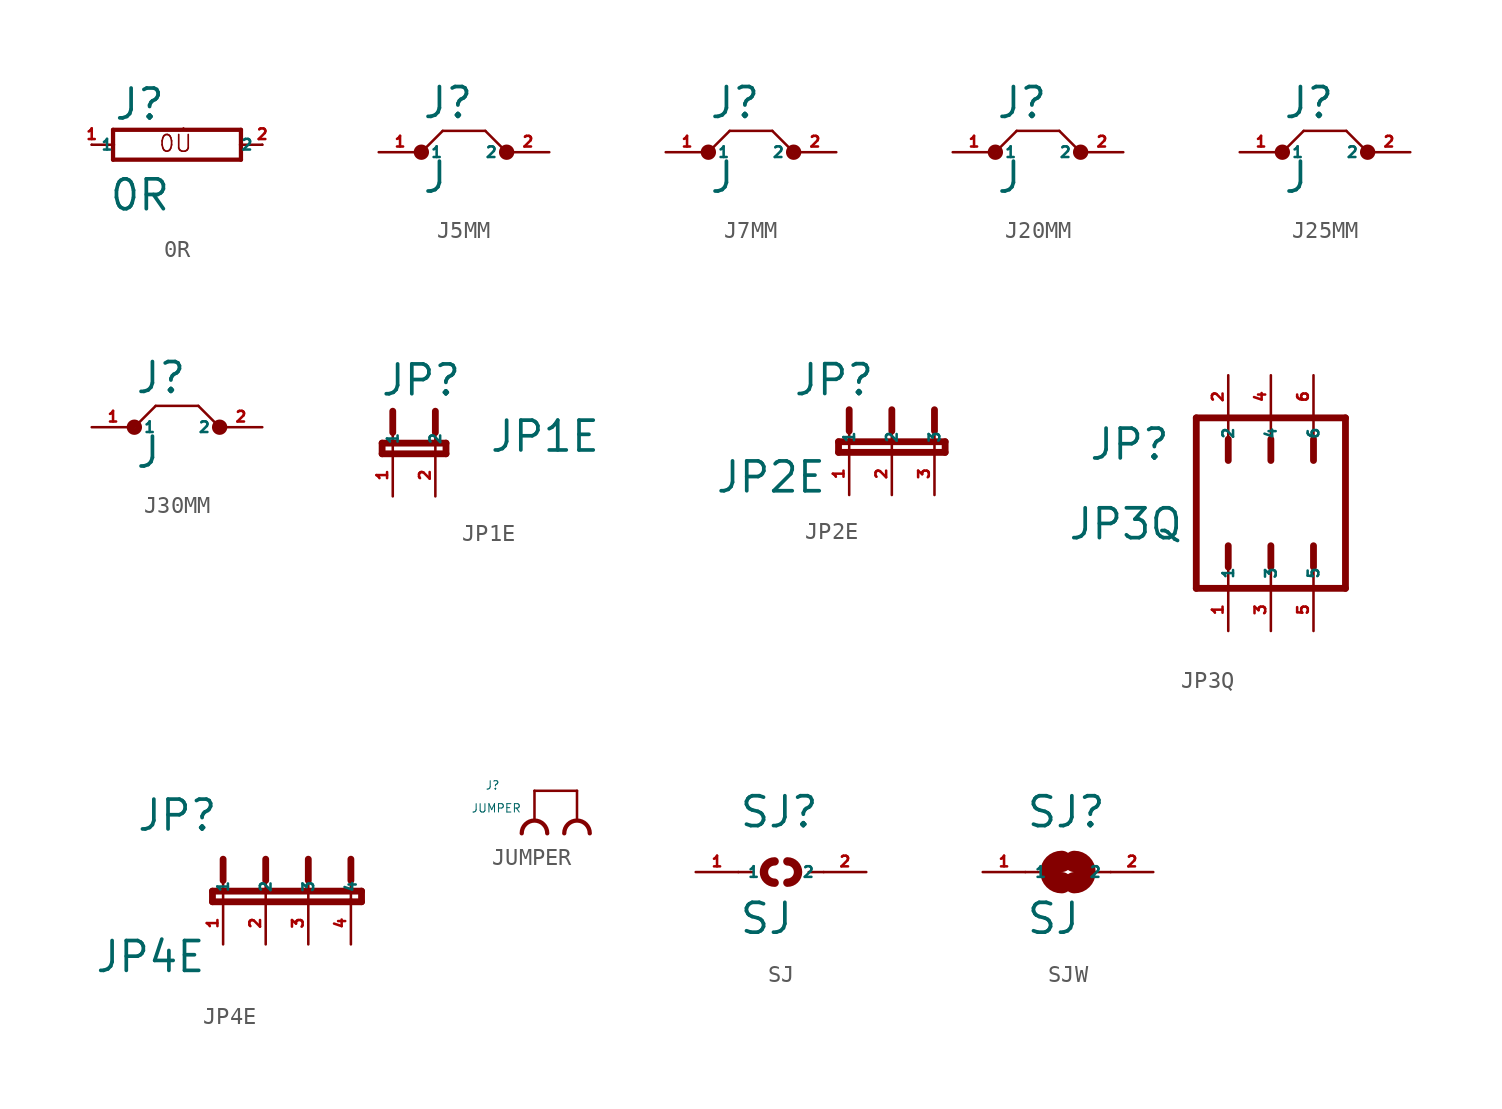
<source format=kicad_sym>
(kicad_symbol_lib
  (version 20220914)
  (generator kicad_symbol_editor)
  (symbol "0R"
    (property "Reference" "J"
      (at -3.81 1.372 0)
      (effects (font (size 1.778 1.778) (thickness 0.22)) (justify left bottom)))
    (property "Value" "0R"
      (at -4.089 -4.039 0)
      (effects (font (size 1.778 1.778) (thickness 0.22)) (justify left bottom)))
    (symbol "0R_1_1"
      (polyline (pts (xy -5.08 0) (xy -3.81 0)) (stroke (width 0.152) (type default)) (fill (type none)))
      (polyline (pts (xy -3.81 -0.889) (xy -3.81 0)) (stroke (width 0.254) (type default)) (fill (type none)))
      (polyline (pts (xy -3.81 -0.889) (xy 3.81 -0.889)) (stroke (width 0.254) (type default)) (fill (type none)))
      (polyline (pts (xy -3.81 0) (xy -3.81 0.889)) (stroke (width 0.254) (type default)) (fill (type none)))
      (polyline (pts (xy 3.81 -0.889) (xy 3.81 0)) (stroke (width 0.254) (type default)) (fill (type none)))
      (polyline (pts (xy 3.81 0) (xy 3.81 0.889)) (stroke (width 0.254) (type default)) (fill (type none)))
      (polyline (pts (xy 3.81 0) (xy 5.08 0)) (stroke (width 0.152) (type default)) (fill (type none)))
      (polyline (pts (xy 3.81 0.889) (xy -3.81 0.889)) (stroke (width 0.254) (type default)) (fill (type none)))
      (text "0Û" (at -1.143 -0.508 0) (effects (font (size 0.991 0.991) (thickness 0.1)) (justify left bottom)))
      (pin passive line (at -5.08 0 0) (length 0) (name "1" (effects (font (size 0.635 0.635)))) (number "1" (effects (font (size 0.635 0.635)))))
      (pin passive line (at 5.08 0 180) (length 0) (name "2" (effects (font (size 0.635 0.635)))) (number "2" (effects (font (size 0.635 0.635)))))))
  (symbol "J5MM"
    (property "Reference" "J"
      (at -2.54 1.905 0)
      (effects (font (size 1.778 1.778) (thickness 0.22)) (justify left bottom)))
    (property "Value" "J"
      (at -2.54 -2.54 0)
      (effects (font (size 1.778 1.778) (thickness 0.22)) (justify left bottom)))
    (symbol "J5MM_1_1"
      (circle (center -2.54 0) (radius 0.254) (stroke (width 0.406) (type default)) (fill (type none)))
      (polyline (pts (xy -2.54 0) (xy -1.27 1.27)) (stroke (width 0.152) (type default)) (fill (type none)))
      (polyline (pts (xy -1.27 1.27) (xy 1.27 1.27)) (stroke (width 0.152) (type default)) (fill (type none)))
      (polyline (pts (xy 2.54 0) (xy 1.27 1.27)) (stroke (width 0.152) (type default)) (fill (type none)))
      (circle (center 2.54 0) (radius 0.254) (stroke (width 0.406) (type default)) (fill (type none)))
      (pin passive line (at -5.08 0 0) (length 2.54) (name "1" (effects (font (size 0.635 0.635)))) (number "1" (effects (font (size 0.635 0.635)))))
      (pin passive line (at 5.08 0 180) (length 2.54) (name "2" (effects (font (size 0.635 0.635)))) (number "2" (effects (font (size 0.635 0.635)))))))
  (symbol "J7MM"
    (property "Reference" "J"
      (at -2.54 1.905 0)
      (effects (font (size 1.778 1.778) (thickness 0.22)) (justify left bottom)))
    (property "Value" "J"
      (at -2.54 -2.54 0)
      (effects (font (size 1.778 1.778) (thickness 0.22)) (justify left bottom)))
    (symbol "J7MM_1_1"
      (circle (center -2.54 0) (radius 0.254) (stroke (width 0.406) (type default)) (fill (type none)))
      (polyline (pts (xy -2.54 0) (xy -1.27 1.27)) (stroke (width 0.152) (type default)) (fill (type none)))
      (polyline (pts (xy -1.27 1.27) (xy 1.27 1.27)) (stroke (width 0.152) (type default)) (fill (type none)))
      (polyline (pts (xy 2.54 0) (xy 1.27 1.27)) (stroke (width 0.152) (type default)) (fill (type none)))
      (circle (center 2.54 0) (radius 0.254) (stroke (width 0.406) (type default)) (fill (type none)))
      (pin passive line (at -5.08 0 0) (length 2.54) (name "1" (effects (font (size 0.635 0.635)))) (number "1" (effects (font (size 0.635 0.635)))))
      (pin passive line (at 5.08 0 180) (length 2.54) (name "2" (effects (font (size 0.635 0.635)))) (number "2" (effects (font (size 0.635 0.635)))))))
  (symbol "J20MM"
    (property "Reference" "J"
      (at -2.54 1.905 0)
      (effects (font (size 1.778 1.778) (thickness 0.22)) (justify left bottom)))
    (property "Value" "J"
      (at -2.54 -2.54 0)
      (effects (font (size 1.778 1.778) (thickness 0.22)) (justify left bottom)))
    (symbol "J20MM_1_1"
      (circle (center -2.54 0) (radius 0.254) (stroke (width 0.406) (type default)) (fill (type none)))
      (polyline (pts (xy -2.54 0) (xy -1.27 1.27)) (stroke (width 0.152) (type default)) (fill (type none)))
      (polyline (pts (xy -1.27 1.27) (xy 1.27 1.27)) (stroke (width 0.152) (type default)) (fill (type none)))
      (polyline (pts (xy 2.54 0) (xy 1.27 1.27)) (stroke (width 0.152) (type default)) (fill (type none)))
      (circle (center 2.54 0) (radius 0.254) (stroke (width 0.406) (type default)) (fill (type none)))
      (pin passive line (at -5.08 0 0) (length 2.54) (name "1" (effects (font (size 0.635 0.635)))) (number "1" (effects (font (size 0.635 0.635)))))
      (pin passive line (at 5.08 0 180) (length 2.54) (name "2" (effects (font (size 0.635 0.635)))) (number "2" (effects (font (size 0.635 0.635)))))))
  (symbol "J25MM"
    (property "Reference" "J"
      (at -2.54 1.905 0)
      (effects (font (size 1.778 1.778) (thickness 0.22)) (justify left bottom)))
    (property "Value" "J"
      (at -2.54 -2.54 0)
      (effects (font (size 1.778 1.778) (thickness 0.22)) (justify left bottom)))
    (symbol "J25MM_1_1"
      (circle (center -2.54 0) (radius 0.254) (stroke (width 0.406) (type default)) (fill (type none)))
      (polyline (pts (xy -2.54 0) (xy -1.27 1.27)) (stroke (width 0.152) (type default)) (fill (type none)))
      (polyline (pts (xy -1.27 1.27) (xy 1.27 1.27)) (stroke (width 0.152) (type default)) (fill (type none)))
      (polyline (pts (xy 2.54 0) (xy 1.27 1.27)) (stroke (width 0.152) (type default)) (fill (type none)))
      (circle (center 2.54 0) (radius 0.254) (stroke (width 0.406) (type default)) (fill (type none)))
      (pin passive line (at -5.08 0 0) (length 2.54) (name "1" (effects (font (size 0.635 0.635)))) (number "1" (effects (font (size 0.635 0.635)))))
      (pin passive line (at 5.08 0 180) (length 2.54) (name "2" (effects (font (size 0.635 0.635)))) (number "2" (effects (font (size 0.635 0.635)))))))
  (symbol "J30MM"
    (property "Reference" "J"
      (at -2.54 1.905 0)
      (effects (font (size 1.778 1.778) (thickness 0.22)) (justify left bottom)))
    (property "Value" "J"
      (at -2.54 -2.54 0)
      (effects (font (size 1.778 1.778) (thickness 0.22)) (justify left bottom)))
    (symbol "J30MM_1_1"
      (circle (center -2.54 0) (radius 0.254) (stroke (width 0.406) (type default)) (fill (type none)))
      (polyline (pts (xy -2.54 0) (xy -1.27 1.27)) (stroke (width 0.152) (type default)) (fill (type none)))
      (polyline (pts (xy -1.27 1.27) (xy 1.27 1.27)) (stroke (width 0.152) (type default)) (fill (type none)))
      (polyline (pts (xy 2.54 0) (xy 1.27 1.27)) (stroke (width 0.152) (type default)) (fill (type none)))
      (circle (center 2.54 0) (radius 0.254) (stroke (width 0.406) (type default)) (fill (type none)))
      (pin passive line (at -5.08 0 0) (length 2.54) (name "1" (effects (font (size 0.635 0.635)))) (number "1" (effects (font (size 0.635 0.635)))))
      (pin passive line (at 5.08 0 180) (length 2.54) (name "2" (effects (font (size 0.635 0.635)))) (number "2" (effects (font (size 0.635 0.635)))))))
  (symbol "JP1E"
    (property "Reference" "JP"
      (at -0.787 3.353 0)
      (effects (font (size 1.778 1.778) (thickness 0.22)) (justify left bottom)))
    (property "Value" "JP1E"
      (at 5.715 0 0)
      (effects (font (size 1.778 1.778) (thickness 0.22)) (justify left bottom)))
    (symbol "JP1E_1_1"
      (polyline (pts (xy -0.635 0) (xy 3.175 0)) (stroke (width 0.406) (type default)) (fill (type none)))
      (polyline (pts (xy -0.635 0.635) (xy -0.635 0)) (stroke (width 0.406) (type default)) (fill (type none)))
      (polyline (pts (xy 0 0) (xy 0 1.27)) (stroke (width 0.152) (type default)) (fill (type none)))
      (polyline (pts (xy 0 2.54) (xy 0 1.27)) (stroke (width 0.406) (type default)) (fill (type none)))
      (polyline (pts (xy 2.54 0) (xy 2.54 1.27)) (stroke (width 0.152) (type default)) (fill (type none)))
      (polyline (pts (xy 2.54 2.54) (xy 2.54 1.27)) (stroke (width 0.406) (type default)) (fill (type none)))
      (polyline (pts (xy 3.175 0) (xy 3.175 0.635)) (stroke (width 0.406) (type default)) (fill (type none)))
      (polyline (pts (xy 3.175 0.635) (xy -0.635 0.635)) (stroke (width 0.406) (type default)) (fill (type none)))
      (pin passive line (at 0 -2.54 90) (length 2.54) (name "1" (effects (font (size 0.635 0.635)))) (number "1" (effects (font (size 0.635 0.635)))))
      (pin passive line (at 2.54 -2.54 90) (length 2.54) (name "2" (effects (font (size 0.635 0.635)))) (number "2" (effects (font (size 0.635 0.635)))))))
  (symbol "JP2E"
    (property "Reference" "JP"
      (at -5.918 3.277 0)
      (effects (font (size 1.778 1.778) (thickness 0.22)) (justify left bottom)))
    (property "Value" "JP2E"
      (at -10.566 -2.515 0)
      (effects (font (size 1.778 1.778) (thickness 0.22)) (justify left bottom)))
    (symbol "JP2E_1_1"
      (polyline (pts (xy -3.175 0) (xy 3.175 0)) (stroke (width 0.406) (type default)) (fill (type none)))
      (polyline (pts (xy -3.175 0.635) (xy -3.175 0)) (stroke (width 0.406) (type default)) (fill (type none)))
      (polyline (pts (xy -2.54 0) (xy -2.54 1.27)) (stroke (width 0.152) (type default)) (fill (type none)))
      (polyline (pts (xy -2.54 2.54) (xy -2.54 1.27)) (stroke (width 0.406) (type default)) (fill (type none)))
      (polyline (pts (xy 0 0) (xy 0 1.27)) (stroke (width 0.152) (type default)) (fill (type none)))
      (polyline (pts (xy 0 2.54) (xy 0 1.27)) (stroke (width 0.406) (type default)) (fill (type none)))
      (polyline (pts (xy 2.54 0) (xy 2.54 1.27)) (stroke (width 0.152) (type default)) (fill (type none)))
      (polyline (pts (xy 2.54 2.54) (xy 2.54 1.27)) (stroke (width 0.406) (type default)) (fill (type none)))
      (polyline (pts (xy 3.175 0) (xy 3.175 0.635)) (stroke (width 0.406) (type default)) (fill (type none)))
      (polyline (pts (xy 3.175 0.635) (xy -3.175 0.635)) (stroke (width 0.406) (type default)) (fill (type none)))
      (pin passive line (at -2.54 -2.54 90) (length 2.54) (name "1" (effects (font (size 0.635 0.635)))) (number "1" (effects (font (size 0.635 0.635)))))
      (pin passive line (at 0 -2.54 90) (length 2.54) (name "2" (effects (font (size 0.635 0.635)))) (number "2" (effects (font (size 0.635 0.635)))))
      (pin passive line (at 2.54 -2.54 90) (length 2.54) (name "3" (effects (font (size 0.635 0.635)))) (number "3" (effects (font (size 0.635 0.635)))))))
  (symbol "JP3Q"
    (property "Reference" "JP"
      (at -10.897 2.464 0)
      (effects (font (size 1.778 1.778) (thickness 0.22)) (justify left bottom)))
    (property "Value" "JP3Q"
      (at -12.141 -2.286 0)
      (effects (font (size 1.778 1.778) (thickness 0.22)) (justify left bottom)))
    (symbol "JP3Q_1_1"
      (polyline (pts (xy -4.445 -5.08) (xy -4.445 5.08)) (stroke (width 0.406) (type default)) (fill (type none)))
      (polyline (pts (xy -4.445 5.08) (xy 4.445 5.08)) (stroke (width 0.406) (type default)) (fill (type none)))
      (polyline (pts (xy -2.54 -3.81) (xy -2.54 -5.08)) (stroke (width 0.152) (type default)) (fill (type none)))
      (polyline (pts (xy -2.54 -2.54) (xy -2.54 -3.81)) (stroke (width 0.406) (type default)) (fill (type none)))
      (polyline (pts (xy -2.54 2.54) (xy -2.54 3.81)) (stroke (width 0.406) (type default)) (fill (type none)))
      (polyline (pts (xy -2.54 3.81) (xy -2.54 5.08)) (stroke (width 0.152) (type default)) (fill (type none)))
      (polyline (pts (xy 0 -3.81) (xy 0 -5.08)) (stroke (width 0.152) (type default)) (fill (type none)))
      (polyline (pts (xy 0 -2.54) (xy 0 -3.81)) (stroke (width 0.406) (type default)) (fill (type none)))
      (polyline (pts (xy 0 2.54) (xy 0 3.81)) (stroke (width 0.406) (type default)) (fill (type none)))
      (polyline (pts (xy 0 3.81) (xy 0 5.08)) (stroke (width 0.152) (type default)) (fill (type none)))
      (polyline (pts (xy 2.54 -3.81) (xy 2.54 -5.08)) (stroke (width 0.152) (type default)) (fill (type none)))
      (polyline (pts (xy 2.54 -2.54) (xy 2.54 -3.81)) (stroke (width 0.406) (type default)) (fill (type none)))
      (polyline (pts (xy 2.54 2.54) (xy 2.54 3.81)) (stroke (width 0.406) (type default)) (fill (type none)))
      (polyline (pts (xy 2.54 3.81) (xy 2.54 5.08)) (stroke (width 0.152) (type default)) (fill (type none)))
      (polyline (pts (xy 4.445 -5.08) (xy -4.445 -5.08)) (stroke (width 0.406) (type default)) (fill (type none)))
      (polyline (pts (xy 4.445 5.08) (xy 4.445 -5.08)) (stroke (width 0.406) (type default)) (fill (type none)))
      (pin passive line (at -2.54 -7.62 90) (length 2.54) (name "1" (effects (font (size 0.635 0.635)))) (number "1" (effects (font (size 0.635 0.635)))))
      (pin passive line (at -2.54 7.62 270) (length 2.54) (name "2" (effects (font (size 0.635 0.635)))) (number "2" (effects (font (size 0.635 0.635)))))
      (pin passive line (at 0 -7.62 90) (length 2.54) (name "3" (effects (font (size 0.635 0.635)))) (number "3" (effects (font (size 0.635 0.635)))))
      (pin passive line (at 0 7.62 270) (length 2.54) (name "4" (effects (font (size 0.635 0.635)))) (number "4" (effects (font (size 0.635 0.635)))))
      (pin passive line (at 2.54 -7.62 90) (length 2.54) (name "5" (effects (font (size 0.635 0.635)))) (number "5" (effects (font (size 0.635 0.635)))))
      (pin passive line (at 2.54 7.62 270) (length 2.54) (name "6" (effects (font (size 0.635 0.635)))) (number "6" (effects (font (size 0.635 0.635)))))))
  (symbol "JP4E"
    (property "Reference" "JP"
      (at -7.747 4.115 0)
      (effects (font (size 1.778 1.778) (thickness 0.22)) (justify left bottom)))
    (property "Value" "JP4E"
      (at -10.236 -4.318 0)
      (effects (font (size 1.778 1.778) (thickness 0.22)) (justify left bottom)))
    (symbol "JP4E_1_1"
      (polyline (pts (xy -3.175 0) (xy 5.08 0)) (stroke (width 0.406) (type default)) (fill (type none)))
      (polyline (pts (xy -3.175 0.635) (xy -3.175 0)) (stroke (width 0.406) (type default)) (fill (type none)))
      (polyline (pts (xy -2.54 0) (xy -2.54 1.27)) (stroke (width 0.152) (type default)) (fill (type none)))
      (polyline (pts (xy -2.54 2.54) (xy -2.54 1.27)) (stroke (width 0.406) (type default)) (fill (type none)))
      (polyline (pts (xy 0 0) (xy 0 1.27)) (stroke (width 0.152) (type default)) (fill (type none)))
      (polyline (pts (xy 0 2.54) (xy 0 1.27)) (stroke (width 0.406) (type default)) (fill (type none)))
      (polyline (pts (xy 2.54 0) (xy 2.54 1.27)) (stroke (width 0.152) (type default)) (fill (type none)))
      (polyline (pts (xy 2.54 2.54) (xy 2.54 1.27)) (stroke (width 0.406) (type default)) (fill (type none)))
      (polyline (pts (xy 5.08 0) (xy 5.08 1.27)) (stroke (width 0.152) (type default)) (fill (type none)))
      (polyline (pts (xy 5.08 0) (xy 5.715 0)) (stroke (width 0.406) (type default)) (fill (type none)))
      (polyline (pts (xy 5.08 2.54) (xy 5.08 1.27)) (stroke (width 0.406) (type default)) (fill (type none)))
      (polyline (pts (xy 5.715 0) (xy 5.715 0.635)) (stroke (width 0.406) (type default)) (fill (type none)))
      (polyline (pts (xy 5.715 0.635) (xy -3.175 0.635)) (stroke (width 0.406) (type default)) (fill (type none)))
      (pin passive line (at -2.54 -2.54 90) (length 2.54) (name "1" (effects (font (size 0.635 0.635)))) (number "1" (effects (font (size 0.635 0.635)))))
      (pin passive line (at 0 -2.54 90) (length 2.54) (name "2" (effects (font (size 0.635 0.635)))) (number "2" (effects (font (size 0.635 0.635)))))
      (pin passive line (at 2.54 -2.54 90) (length 2.54) (name "3" (effects (font (size 0.635 0.635)))) (number "3" (effects (font (size 0.635 0.635)))))
      (pin passive line (at 5.08 -2.54 90) (length 2.54) (name "4" (effects (font (size 0.635 0.635)))) (number "4" (effects (font (size 0.635 0.635)))))))
  (symbol "JUMPER"
    (property "Reference" "J"
      (at -5.486 2.87 0)
      (effects (font (size 0.5 0.5) (thickness 0.06)) (justify left)))
    (property "Value" "JUMPER"
      (at -6.325 1.499 0)
      (effects (font (size 0.5 0.5) (thickness 0.06)) (justify left)))
    (symbol "JUMPER_1_1"
      (arc (start -1.778 0) (mid -2.54 0.7587) (end -3.302 0) (stroke (width 0.254) (type default)) (fill (type none)))
      (polyline (pts (xy -2.54 0.762) (xy -2.54 2.54)) (stroke (width 0.152) (type default)) (fill (type none)))
      (polyline (pts (xy -2.54 2.54) (xy 0 2.54)) (stroke (width 0.152) (type default)) (fill (type none)))
      (polyline (pts (xy 0 2.54) (xy 0 0.762)) (stroke (width 0.152) (type default)) (fill (type none)))
      (arc (start 0.762 0) (mid 0 0.7587) (end -0.762 0) (stroke (width 0.254) (type default)) (fill (type none)))))
  (symbol "SJ"
    (property "Reference" "SJ"
      (at -2.54 2.54 0)
      (effects (font (size 1.778 1.778) (thickness 0.22)) (justify left bottom)))
    (property "Value" "SJ"
      (at -2.54 -3.81 0)
      (effects (font (size 1.778 1.778) (thickness 0.22)) (justify left bottom)))
    (symbol "SJ_1_1"
      (arc (start -0.381 0.635) (mid -1.0133 0) (end -0.381 -0.635) (stroke (width 0.5) (type default)) (fill (type none)))
      (polyline (pts (xy -2.54 0) (xy -1.651 0)) (stroke (width 0.152) (type default)) (fill (type none)))
      (polyline (pts (xy 2.54 0) (xy 1.651 0)) (stroke (width 0.152) (type default)) (fill (type none)))
      (arc (start 0.381 -0.635) (mid 1.0133 0) (end 0.381 0.635) (stroke (width 0.5) (type default)) (fill (type none)))
      (pin passive line (at -5.08 0 0) (length 2.54) (name "1" (effects (font (size 0.635 0.635)))) (number "1" (effects (font (size 0.635 0.635)))))
      (pin passive line (at 5.08 0 180) (length 2.54) (name "2" (effects (font (size 0.635 0.635)))) (number "2" (effects (font (size 0.635 0.635)))))))
  (symbol "SJW"
    (property "Reference" "SJ"
      (at -2.54 2.54 0)
      (effects (font (size 1.778 1.778) (thickness 0.22)) (justify left bottom)))
    (property "Value" "SJ"
      (at -2.54 -3.81 0)
      (effects (font (size 1.778 1.778) (thickness 0.22)) (justify left bottom)))
    (symbol "SJW_1_1"
      (arc (start -0.381 0.635) (mid -1.0133 0) (end -0.381 -0.635) (stroke (width 1.27) (type default)) (fill (type none)))
      (polyline (pts (xy -2.54 0) (xy -1.651 0)) (stroke (width 0.152) (type default)) (fill (type none)))
      (polyline (pts (xy 2.54 0) (xy 1.651 0)) (stroke (width 0.152) (type default)) (fill (type none)))
      (arc (start 0.381 -0.635) (mid 1.0133 0) (end 0.381 0.635) (stroke (width 1.27) (type default)) (fill (type none)))
      (pin passive line (at -5.08 0 0) (length 2.54) (name "1" (effects (font (size 0.635 0.635)))) (number "1" (effects (font (size 0.635 0.635)))))
      (pin passive line (at 5.08 0 180) (length 2.54) (name "2" (effects (font (size 0.635 0.635)))) (number "2" (effects (font (size 0.635 0.635))))))))
</source>
